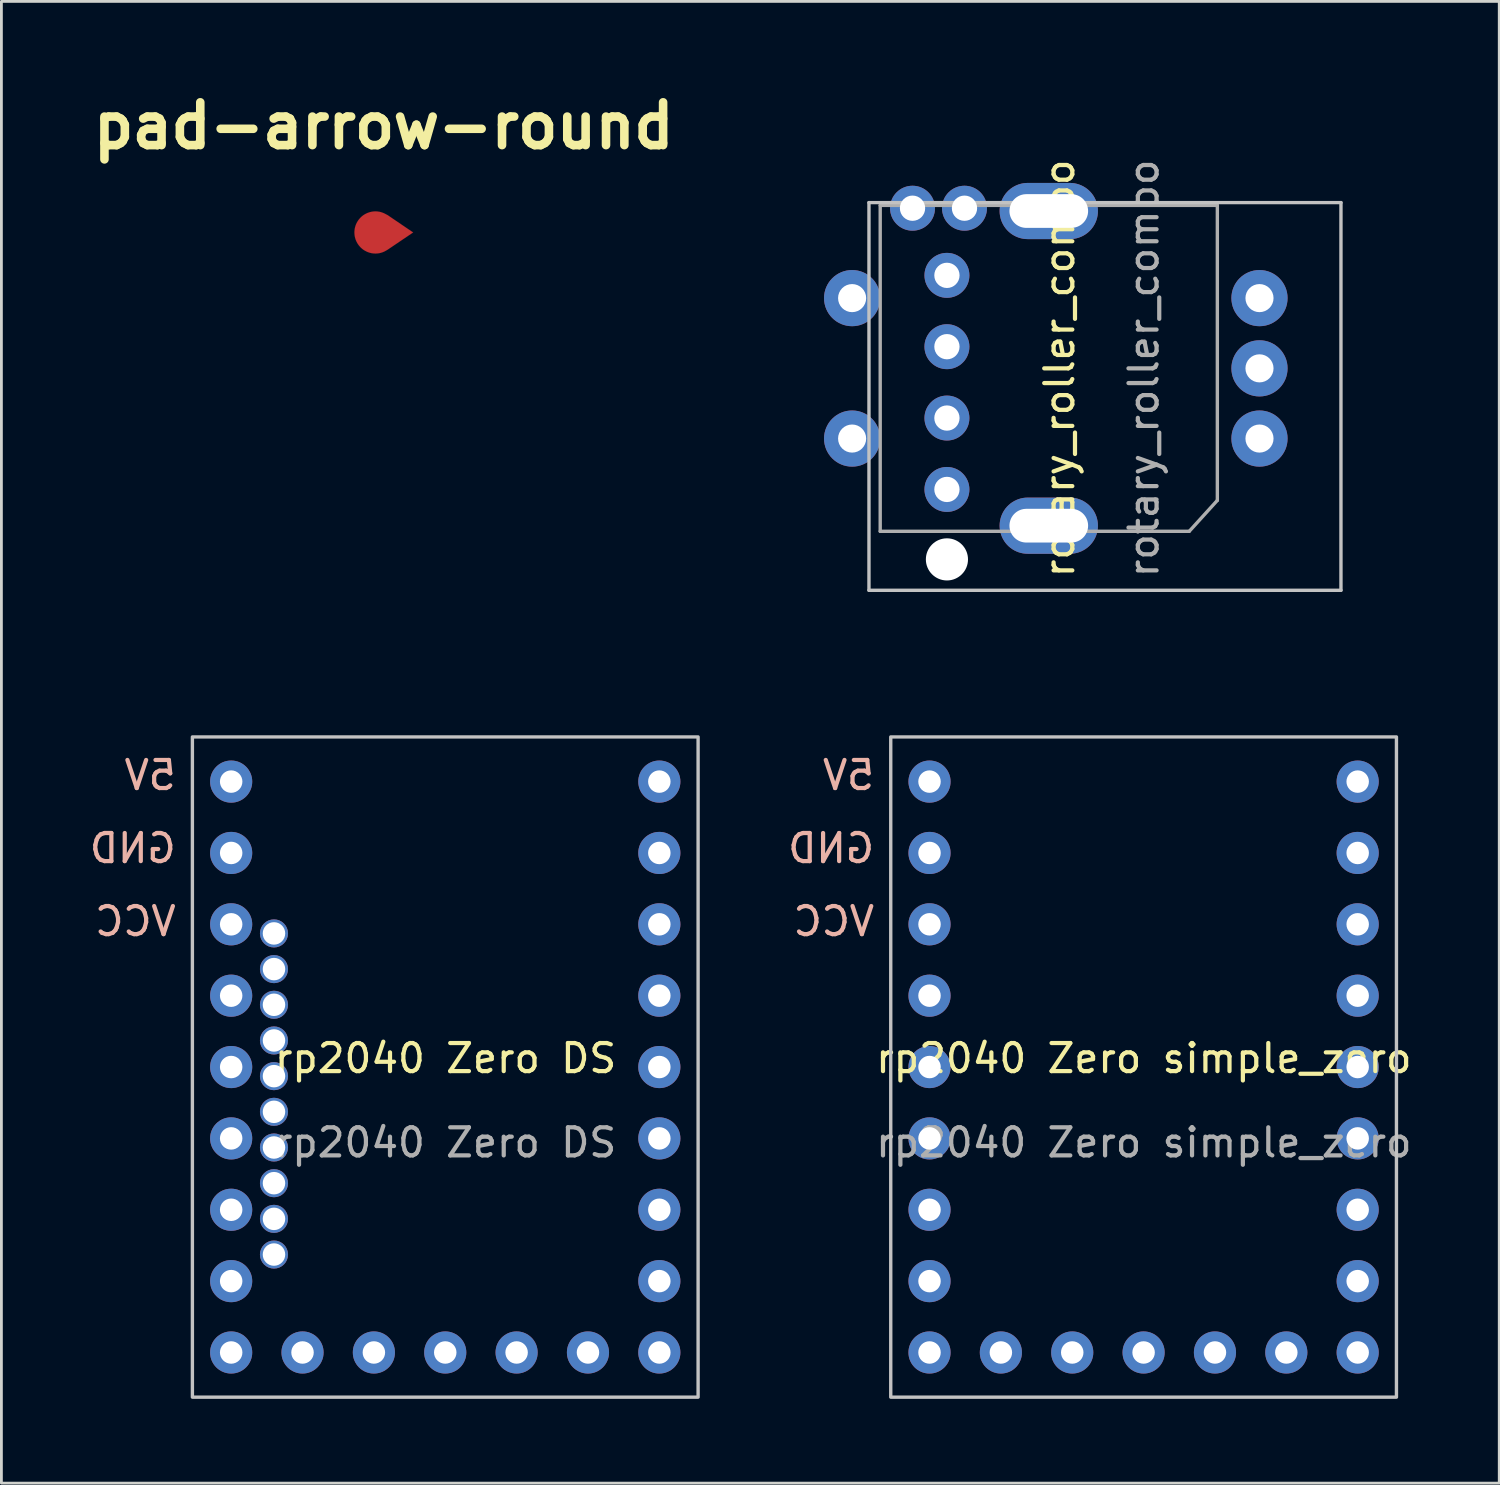
<source format=kicad_pcb>
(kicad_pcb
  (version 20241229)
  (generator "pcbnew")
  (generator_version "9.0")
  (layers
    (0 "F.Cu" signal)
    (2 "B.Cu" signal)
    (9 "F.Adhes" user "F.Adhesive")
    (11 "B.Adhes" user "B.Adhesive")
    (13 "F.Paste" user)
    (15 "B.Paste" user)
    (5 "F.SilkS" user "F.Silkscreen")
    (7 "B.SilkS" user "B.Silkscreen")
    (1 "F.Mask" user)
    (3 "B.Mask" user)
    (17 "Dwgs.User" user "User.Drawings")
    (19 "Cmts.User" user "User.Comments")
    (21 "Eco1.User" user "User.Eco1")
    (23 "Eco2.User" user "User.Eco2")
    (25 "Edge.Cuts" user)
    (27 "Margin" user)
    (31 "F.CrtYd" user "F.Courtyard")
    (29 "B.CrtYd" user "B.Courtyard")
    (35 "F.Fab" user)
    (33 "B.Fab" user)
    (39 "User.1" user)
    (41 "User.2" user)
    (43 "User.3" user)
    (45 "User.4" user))
  (footprint "rotary_roller_combo"
    (layer "F.Cu")
    (at 34.28 10.943)
    (property "Reference" "rotary_roller_combo" (at 0.383 -0.882 90) (unlocked yes) (layer "F.SilkS") (effects (font (size 1 1) (thickness 0.15))))
    (attr through_hole)
    (fp_line (start -6.4 -6.782) (end 10.4 -6.782) (stroke (width 0.12) (type solid)) (layer "Dwgs.User"))
    (fp_line (start -6.4 7.018) (end -6.4 -6.782) (stroke (width 0.12) (type solid)) (layer "Dwgs.User"))
    (fp_line (start 10.4 -6.782) (end 10.4 7.018) (stroke (width 0.12) (type solid)) (layer "Dwgs.User"))
    (fp_line (start 10.4 7.018) (end -6.4 7.018) (stroke (width 0.12) (type solid)) (layer "Dwgs.User"))
    (fp_line (start 9.4 -6.683) (end 9.4 6.918) (stroke (width 0.05) (type solid)) (layer "Eco1.User"))
    (fp_line (start 9.7 7.218) (end 11.5 7.218) (stroke (width 0.05) (type solid)) (layer "Eco1.User"))
    (fp_line (start 11.5 -6.982) (end 9.7 -6.982) (stroke (width 0.05) (type solid)) (layer "Eco1.User"))
    (fp_line (start 11.8 6.918) (end 11.8 -6.683) (stroke (width 0.05) (type solid)) (layer "Eco1.User"))
    (fp_arc (start 9.4 -6.6825) (mid 9.487868 -6.894632) (end 9.7 -6.9825) (stroke (width 0.05) (type solid)) (layer "Eco1.User"))
    (fp_arc (start 9.7 7.2175) (mid 9.487868 7.129632) (end 9.4 6.9175) (stroke (width 0.05) (type solid)) (layer "Eco1.User"))
    (fp_arc (start 11.5 -6.9825) (mid 11.712132 -6.894632) (end 11.8 -6.6825) (stroke (width 0.05) (type solid)) (layer "Eco1.User"))
    (fp_arc (start 11.8 6.9175) (mid 11.712132 7.129632) (end 11.5 7.2175) (stroke (width 0.05) (type solid)) (layer "Eco1.User"))
    (fp_circle (center 0 -0.882) (end 0 9.117) (stroke (width 0.12) (type solid)) (fill no) (layer "Eco1.User"))
    (fp_line (start -6 -6.683) (end 6 -6.683) (stroke (width 0.12) (type solid)) (layer "F.Fab"))
    (fp_line (start -6 4.918) (end -6 -6.683) (stroke (width 0.12) (type solid)) (layer "F.Fab"))
    (fp_line (start 5 4.918) (end -6 4.918) (stroke (width 0.12) (type solid)) (layer "F.Fab"))
    (fp_line (start 6 -6.683) (end 6 3.817) (stroke (width 0.12) (type solid)) (layer "F.Fab"))
    (fp_line (start 6 3.817) (end 5 4.918) (stroke (width 0.12) (type solid)) (layer "F.Fab"))
    (fp_text user "${REFERENCE}" (at 3.382 -0.882 90) (unlocked yes) (layer "F.Fab") (effects (font (size 1 1) (thickness 0.15))))
    (pad "" np_thru_hole circle (at -3.625 5.918) (size 1.5 1.5) (drill 1.5) (layers "*.Cu" "*.Mask"))
    (pad "" thru_hole oval (at 0 -6.482 180) (size 3.5 2) (drill oval 2.8 1.2) (layers "*.Cu" "*.Mask"))
    (pad "" thru_hole oval (at 0 4.718 180) (size 3.5 2) (drill oval 2.8 1.2) (layers "*.Cu" "*.Mask"))
    (pad "A" thru_hole circle (at -3.625 -4.192) (size 1.6 1.6) (drill 0.9) (layers "*.Cu" "B.Mask"))
    (pad "A" thru_hole circle (at 7.5 1.617 180) (size 2 2) (drill 1) (layers "*.Cu" "B.Mask"))
    (pad "B" thru_hole circle (at -3.625 -1.653) (size 1.6 1.6) (drill 0.9) (layers "*.Cu" "B.Mask"))
    (pad "B" thru_hole circle (at 7.5 -3.382 180) (size 2 2) (drill 1) (layers "*.Cu" "B.Mask"))
    (pad "C" thru_hole circle (at -3.625 0.887) (size 1.6 1.6) (drill 0.9) (layers "*.Cu" "B.Mask"))
    (pad "C" thru_hole circle (at 7.5 -0.882 180) (size 2 2) (drill 1) (layers "*.Cu" "B.Mask"))
    (pad "D" thru_hole circle (at -3.625 3.428) (size 1.6 1.6) (drill 0.9) (layers "*.Cu" "B.Mask"))
    (pad "S1" thru_hole circle (at -7 -3.382 180) (size 2 2) (drill 1) (layers "*.Cu" "B.Mask"))
    (pad "S1" thru_hole circle (at -4.85 -6.582) (size 1.6 1.6) (drill 0.9) (layers "*.Cu" "B.Mask"))
    (pad "S2" thru_hole circle (at -7 1.617 180) (size 2 2) (drill 1) (layers "*.Cu" "B.Mask"))
    (pad "S2" thru_hole circle (at -3 -6.582) (size 1.6 1.6) (drill 0.9) (layers "*.Cu" "B.Mask")))
  (footprint "pad-arrow-round"
    (layer "F.Cu")
    (at 10.61 5.224)
    (property "Reference" "pad-arrow-round" (at 0 -3.798 0) (layer "F.SilkS") (effects (font (size 1.524 1.524) (thickness 0.305))))
    (attr through_hole)
    (fp_poly (pts (xy -0.295 0.75) (xy -0.347 0.748) (xy -0.397 0.743) (xy -0.447 0.734) (xy -0.495 0.723) (xy -0.542 0.708) (xy -0.587 0.691) (xy -0.631 0.67) (xy -0.674 0.647) (xy -0.715 0.622) (xy -0.754 0.594) (xy -0.791 0.563) (xy -0.826 0.53) (xy -0.858 0.495) (xy -0.889 0.458) (xy -0.917 0.419) (xy -0.943 0.378) (xy -0.966 0.336) (xy -0.986 0.292) (xy -1.004 0.246) (xy -1.018 0.199) (xy -1.03 0.151) (xy -1.038 0.102) (xy -1.043 0.051) (xy -1.045 0) (xy -1.043 -0.051) (xy -1.038 -0.102) (xy -1.03 -0.151) (xy -1.018 -0.199) (xy -1.004 -0.246) (xy -0.986 -0.292) (xy -0.966 -0.336) (xy -0.943 -0.378) (xy -0.917 -0.419) (xy -0.889 -0.458) (xy -0.858 -0.495) (xy -0.826 -0.53) (xy -0.791 -0.563) (xy -0.754 -0.594) (xy -0.715 -0.622) (xy -0.674 -0.647) (xy -0.631 -0.67) (xy -0.587 -0.691) (xy -0.542 -0.708) (xy -0.495 -0.723) (xy -0.447 -0.734) (xy -0.397 -0.743) (xy -0.347 -0.748) (xy -0.295 -0.75) (xy -0.244 -0.748) (xy -0.193 -0.742) (xy -0.144 -0.734) (xy -0.095 -0.722) (xy -0.049 -0.706) (xy -0.003 -0.688) (xy 0.041 -0.667) (xy 0.084 -0.644) (xy 0.137 -0.617) (xy 1.045 0) (xy 0.137 0.613) (xy 0.108 0.63) (xy 0.084 0.644) (xy 0.041 0.668) (xy -0.003 0.689) (xy -0.049 0.707) (xy -0.095 0.722) (xy -0.143 0.734) (xy -0.193 0.743) (xy -0.243 0.748) (xy -0.295 0.75)) (stroke (width 0.003) (type solid)) (fill yes) (layer "F.Cu"))
    (fp_poly (pts (xy -0.295 0.75) (xy -0.347 0.748) (xy -0.397 0.743) (xy -0.447 0.734) (xy -0.495 0.723) (xy -0.542 0.708) (xy -0.587 0.691) (xy -0.631 0.67) (xy -0.674 0.647) (xy -0.715 0.622) (xy -0.754 0.594) (xy -0.791 0.563) (xy -0.826 0.53) (xy -0.858 0.495) (xy -0.889 0.458) (xy -0.917 0.419) (xy -0.943 0.378) (xy -0.966 0.336) (xy -0.986 0.292) (xy -1.004 0.246) (xy -1.018 0.199) (xy -1.03 0.151) (xy -1.038 0.102) (xy -1.043 0.051) (xy -1.045 0) (xy -1.043 -0.051) (xy -1.038 -0.102) (xy -1.03 -0.151) (xy -1.018 -0.199) (xy -1.004 -0.246) (xy -0.986 -0.292) (xy -0.966 -0.336) (xy -0.943 -0.378) (xy -0.917 -0.419) (xy -0.889 -0.458) (xy -0.858 -0.495) (xy -0.826 -0.53) (xy -0.791 -0.563) (xy -0.754 -0.594) (xy -0.715 -0.622) (xy -0.674 -0.647) (xy -0.631 -0.67) (xy -0.587 -0.691) (xy -0.542 -0.708) (xy -0.495 -0.723) (xy -0.447 -0.734) (xy -0.397 -0.743) (xy -0.347 -0.748) (xy -0.295 -0.75) (xy -0.244 -0.748) (xy -0.193 -0.742) (xy -0.144 -0.734) (xy -0.095 -0.722) (xy -0.049 -0.706) (xy -0.003 -0.688) (xy 0.041 -0.667) (xy 0.084 -0.644) (xy 0.137 -0.617) (xy 1.045 0) (xy 0.137 0.613) (xy 0.108 0.63) (xy 0.084 0.644) (xy 0.041 0.668) (xy -0.003 0.689) (xy -0.049 0.707) (xy -0.095 0.722) (xy -0.143 0.734) (xy -0.193 0.743) (xy -0.243 0.748) (xy -0.295 0.75)) (stroke (width 0.003) (type solid)) (fill yes) (layer "F.Mask")))
  (footprint "rp2040 Zero simple_zero"
    (layer "F.Cu")
    (at 37.665 35.12)
    (property "Reference" "rp2040 Zero simple_zero" (at 0 -0.5 0) (unlocked yes) (layer "F.SilkS") (effects (font (size 1 1) (thickness 0.15))))
    (attr through_hole)
    (fp_rect (start -9.01 -11.94) (end 8.99 11.56) (stroke (width 0.12) (type solid)) (fill no) (layer "Dwgs.User"))
    (fp_line (start -5.51 -11.94) (end -5.51 8.81) (stroke (width 0.12) (type solid)) (layer "Eco1.User"))
    (fp_line (start -5.51 8.81) (end 5.49 8.81) (stroke (width 0.12) (type solid)) (layer "Eco1.User"))
    (fp_line (start 5.49 8.81) (end 5.49 -11.94) (stroke (width 0.12) (type solid)) (layer "Eco1.User"))
    (fp_text user "GND" (at -9.51 -7.39 0) (unlocked yes) (layer "B.SilkS") (effects (font (size 1 1) (thickness 0.15)) (justify left bottom mirror)))
    (fp_text user "VCC" (at -9.51 -4.79 0) (unlocked yes) (layer "B.SilkS") (effects (font (size 1 1) (thickness 0.15)) (justify left bottom mirror)))
    (fp_text user "5V" (at -9.51 -9.99 0) (unlocked yes) (layer "B.SilkS") (effects (font (size 1 1) (thickness 0.15)) (justify left bottom mirror)))
    (fp_text user "${REFERENCE}" (at 0 2.5 0) (unlocked yes) (layer "F.Fab") (effects (font (size 1 1) (thickness 0.15))))
    (pad "1" thru_hole circle (at 7.61 -10.35 180) (size 1.5 1.5) (drill 0.8) (layers "*.Cu" "*.Mask"))
    (pad "2" thru_hole circle (at 7.61 -7.81 180) (size 1.5 1.5) (drill 0.8) (layers "*.Cu" "*.Mask"))
    (pad "3" thru_hole circle (at 7.61 -5.27 180) (size 1.5 1.5) (drill 0.8) (layers "*.Cu" "*.Mask"))
    (pad "4" thru_hole circle (at 7.61 -2.73 180) (size 1.5 1.5) (drill 0.8) (layers "*.Cu" "*.Mask"))
    (pad "5" thru_hole circle (at 7.61 -0.19 180) (size 1.5 1.5) (drill 0.8) (layers "*.Cu" "*.Mask"))
    (pad "6" thru_hole circle (at 7.61 2.35 180) (size 1.5 1.5) (drill 0.8) (layers "*.Cu" "*.Mask"))
    (pad "7" thru_hole circle (at 7.61 4.89 180) (size 1.5 1.5) (drill 0.8) (layers "*.Cu" "*.Mask"))
    (pad "8" thru_hole circle (at 7.61 7.43 180) (size 1.5 1.5) (drill 0.8) (layers "*.Cu" "*.Mask"))
    (pad "9" thru_hole circle (at 7.61 9.97 180) (size 1.5 1.5) (drill 0.8) (layers "*.Cu" "*.Mask"))
    (pad "10" thru_hole circle (at 5.07 9.97 90) (size 1.5 1.5) (drill 0.8) (layers "*.Cu" "*.Mask"))
    (pad "11" thru_hole circle (at 2.53 9.97 90) (size 1.5 1.5) (drill 0.8) (layers "*.Cu" "*.Mask"))
    (pad "12" thru_hole circle (at -0.01 9.97 90) (size 1.5 1.5) (drill 0.8) (layers "*.Cu" "*.Mask"))
    (pad "13" thru_hole circle (at -2.55 9.97 90) (size 1.5 1.5) (drill 0.8) (layers "*.Cu" "*.Mask"))
    (pad "14" thru_hole circle (at -5.09 9.97 90) (size 1.5 1.5) (drill 0.8) (layers "*.Cu" "*.Mask"))
    (pad "15" thru_hole circle (at -7.63 9.97) (size 1.5 1.5) (drill 0.8) (layers "*.Cu" "*.Mask"))
    (pad "16" thru_hole circle (at -7.63 7.43) (size 1.5 1.5) (drill 0.8) (layers "*.Cu" "*.Mask"))
    (pad "17" thru_hole circle (at -7.63 4.89) (size 1.5 1.5) (drill 0.8) (layers "*.Cu" "*.Mask"))
    (pad "18" thru_hole circle (at -7.63 2.35) (size 1.5 1.5) (drill 0.8) (layers "*.Cu" "*.Mask"))
    (pad "19" thru_hole circle (at -7.63 -0.19) (size 1.5 1.5) (drill 0.8) (layers "*.Cu" "*.Mask"))
    (pad "20" thru_hole circle (at -7.63 -2.73) (size 1.5 1.5) (drill 0.8) (layers "*.Cu" "*.Mask"))
    (pad "21" thru_hole circle (at -7.63 -5.27) (size 1.5 1.5) (drill 0.8) (layers "*.Cu" "*.Mask"))
    (pad "22" thru_hole circle (at -7.63 -7.81) (size 1.5 1.5) (drill 0.8) (layers "*.Cu" "*.Mask"))
    (pad "23" thru_hole circle (at -7.63 -10.35) (size 1.5 1.5) (drill 0.8) (layers "*.Cu" "*.Mask")))
  (footprint "rp2040 Zero DS"
    (layer "F.Cu")
    (at 12.808 35.12)
    (property "Reference" "rp2040 Zero DS" (at 0 -0.5 0) (unlocked yes) (layer "F.SilkS") (effects (font (size 1 1) (thickness 0.15))))
    (attr through_hole)
    (fp_rect (start -9.01 -11.94) (end 8.99 11.56) (stroke (width 0.12) (type solid)) (fill no) (layer "Dwgs.User"))
    (fp_line (start -5.51 -11.94) (end -5.51 8.81) (stroke (width 0.12) (type solid)) (layer "Eco1.User"))
    (fp_line (start -5.51 8.81) (end 5.49 8.81) (stroke (width 0.12) (type solid)) (layer "Eco1.User"))
    (fp_line (start 5.49 8.81) (end 5.49 -11.94) (stroke (width 0.12) (type solid)) (layer "Eco1.User"))
    (fp_text user "GND" (at -9.51 -7.39 0) (unlocked yes) (layer "B.SilkS") (effects (font (size 1 1) (thickness 0.15)) (justify left bottom mirror)))
    (fp_text user "5V" (at -9.51 -9.99 0) (unlocked yes) (layer "B.SilkS") (effects (font (size 1 1) (thickness 0.15)) (justify left bottom mirror)))
    (fp_text user "VCC" (at -9.51 -4.79 0) (unlocked yes) (layer "B.SilkS") (effects (font (size 1 1) (thickness 0.15)) (justify left bottom mirror)))
    (fp_text user "${REFERENCE}" (at 0 2.5 0) (unlocked yes) (layer "F.Fab") (effects (font (size 1 1) (thickness 0.15))))
    (pad "1" thru_hole circle (at 7.61 -10.35 180) (size 1.5 1.5) (drill 0.8) (layers "*.Cu" "*.Mask"))
    (pad "2" thru_hole circle (at 7.61 -7.81 180) (size 1.5 1.5) (drill 0.8) (layers "*.Cu" "*.Mask"))
    (pad "3" thru_hole circle (at 7.61 -5.27 180) (size 1.5 1.5) (drill 0.8) (layers "*.Cu" "*.Mask"))
    (pad "4" thru_hole circle (at 7.61 -2.73 180) (size 1.5 1.5) (drill 0.8) (layers "*.Cu" "*.Mask"))
    (pad "5" thru_hole circle (at 7.61 -0.19 180) (size 1.5 1.5) (drill 0.8) (layers "*.Cu" "*.Mask"))
    (pad "6" thru_hole circle (at 7.61 2.35 180) (size 1.5 1.5) (drill 0.8) (layers "*.Cu" "*.Mask"))
    (pad "7" thru_hole circle (at 7.61 4.89 180) (size 1.5 1.5) (drill 0.8) (layers "*.Cu" "*.Mask"))
    (pad "8" thru_hole circle (at 7.61 7.43 180) (size 1.5 1.5) (drill 0.8) (layers "*.Cu" "*.Mask"))
    (pad "9" thru_hole circle (at 7.61 9.97 180) (size 1.5 1.5) (drill 0.8) (layers "*.Cu" "*.Mask"))
    (pad "10" thru_hole circle (at 5.07 9.97 90) (size 1.5 1.5) (drill 0.8) (layers "*.Cu" "*.Mask"))
    (pad "11" thru_hole circle (at 2.53 9.97 90) (size 1.5 1.5) (drill 0.8) (layers "*.Cu" "*.Mask"))
    (pad "12" thru_hole circle (at -0.01 9.97 90) (size 1.5 1.5) (drill 0.8) (layers "*.Cu" "*.Mask"))
    (pad "13" thru_hole circle (at -2.55 9.97 90) (size 1.5 1.5) (drill 0.8) (layers "*.Cu" "*.Mask"))
    (pad "14" thru_hole circle (at -5.09 9.97 90) (size 1.5 1.5) (drill 0.8) (layers "*.Cu" "*.Mask"))
    (pad "15" thru_hole circle (at -7.63 9.97) (size 1.5 1.5) (drill 0.8) (layers "*.Cu" "*.Mask"))
    (pad "16" thru_hole circle (at -7.63 7.43) (size 1.5 1.5) (drill 0.8) (layers "*.Cu" "*.Mask"))
    (pad "17" thru_hole circle (at -7.63 4.89) (size 1.5 1.5) (drill 0.8) (layers "*.Cu" "*.Mask"))
    (pad "18" thru_hole circle (at -7.63 2.35) (size 1.5 1.5) (drill 0.8) (layers "*.Cu" "*.Mask"))
    (pad "19" thru_hole circle (at -7.63 -0.19) (size 1.5 1.5) (drill 0.8) (layers "*.Cu" "*.Mask"))
    (pad "20" thru_hole circle (at -7.63 -2.73) (size 1.5 1.5) (drill 0.8) (layers "*.Cu" "*.Mask"))
    (pad "21" thru_hole circle (at -7.63 -5.27) (size 1.5 1.5) (drill 0.8) (layers "*.Cu" "*.Mask"))
    (pad "22" thru_hole circle (at -7.63 -7.81) (size 1.5 1.5) (drill 0.8) (layers "*.Cu" "*.Mask"))
    (pad "23" thru_hole circle (at -7.63 -10.35) (size 1.5 1.5) (drill 0.8) (layers "*.Cu" "*.Mask"))
    (pad "24" thru_hole circle (at -6.106 6.484) (size 1 1) (drill 0.8) (layers "*.Cu" "*.Mask"))
    (pad "25" thru_hole circle (at -6.106 5.214) (size 1 1) (drill 0.8) (layers "*.Cu" "*.Mask"))
    (pad "26" thru_hole circle (at -6.106 3.944) (size 1 1) (drill 0.8) (layers "*.Cu" "*.Mask"))
    (pad "27" thru_hole circle (at -6.106 2.674) (size 1 1) (drill 0.8) (layers "*.Cu" "*.Mask"))
    (pad "28" thru_hole circle (at -6.106 1.404) (size 1 1) (drill 0.8) (layers "*.Cu" "*.Mask"))
    (pad "29" thru_hole circle (at -6.106 0.134) (size 1 1) (drill 0.8) (layers "*.Cu" "*.Mask"))
    (pad "30" thru_hole circle (at -6.106 -1.136) (size 1 1) (drill 0.8) (layers "*.Cu" "*.Mask"))
    (pad "31" thru_hole circle (at -6.106 -2.406) (size 1 1) (drill 0.8) (layers "*.Cu" "*.Mask"))
    (pad "32" thru_hole circle (at -6.106 -3.676) (size 1 1) (drill 0.8) (layers "*.Cu" "*.Mask"))
    (pad "33" thru_hole circle (at -6.106 -4.946) (size 1 1) (drill 0.8) (layers "*.Cu" "*.Mask")))
  (gr_rect
    (start -3 -3)
    (end 50.314 49.74)
    (stroke (width 0.1) (type default))
    (fill no)
    (layer "Edge.Cuts")))
</source>
